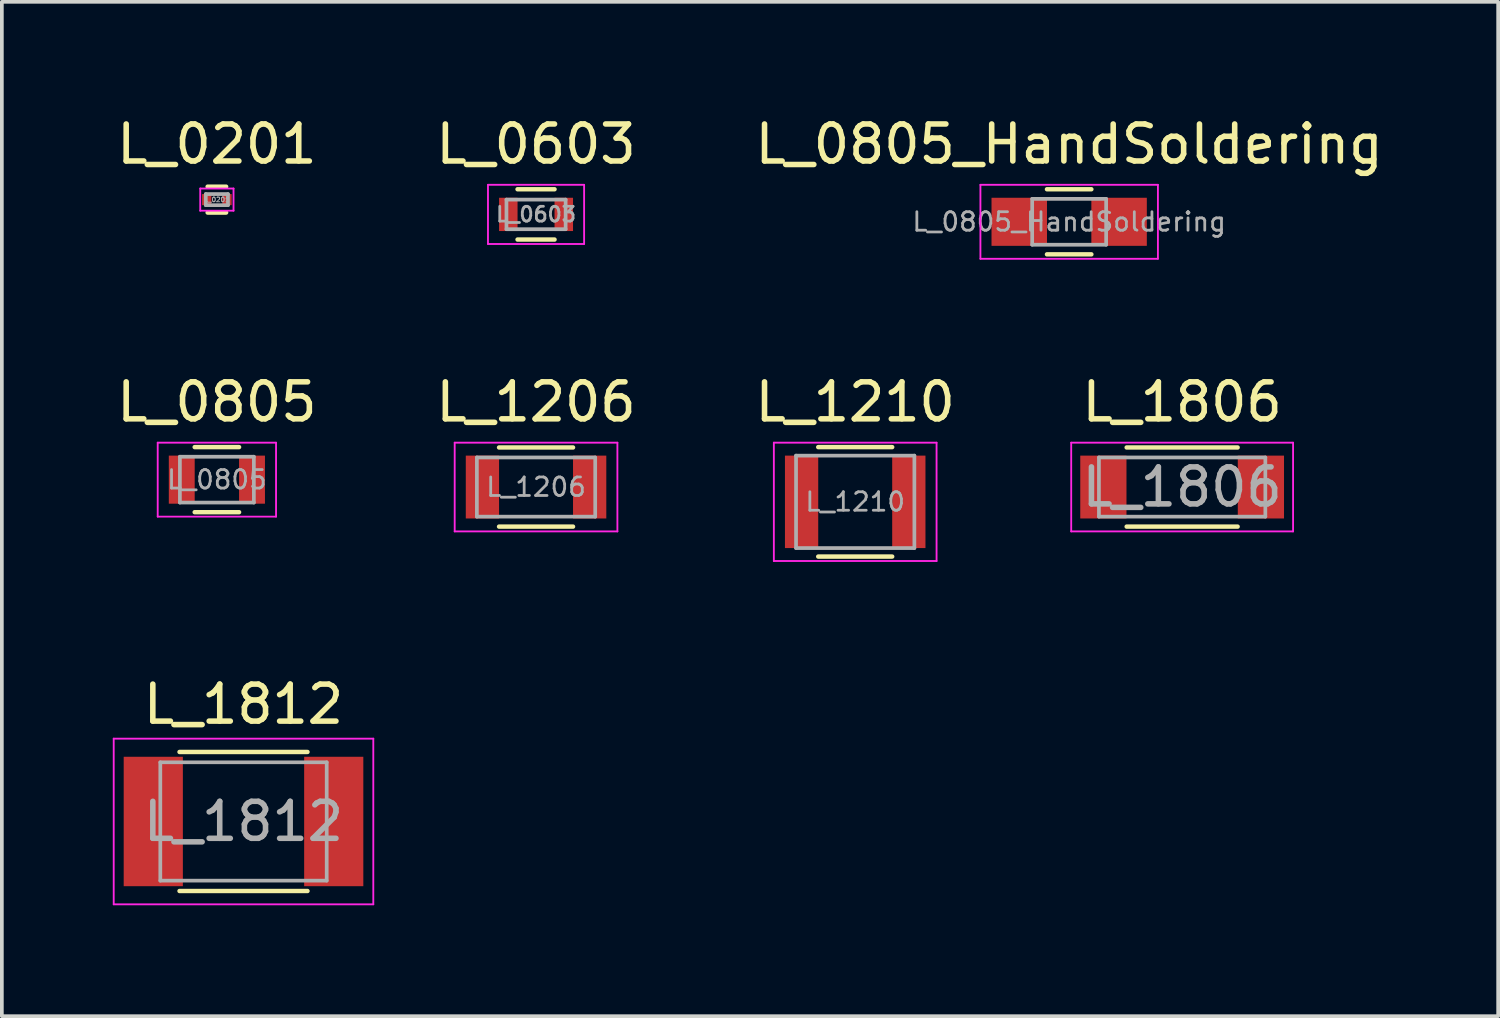
<source format=kicad_pcb>
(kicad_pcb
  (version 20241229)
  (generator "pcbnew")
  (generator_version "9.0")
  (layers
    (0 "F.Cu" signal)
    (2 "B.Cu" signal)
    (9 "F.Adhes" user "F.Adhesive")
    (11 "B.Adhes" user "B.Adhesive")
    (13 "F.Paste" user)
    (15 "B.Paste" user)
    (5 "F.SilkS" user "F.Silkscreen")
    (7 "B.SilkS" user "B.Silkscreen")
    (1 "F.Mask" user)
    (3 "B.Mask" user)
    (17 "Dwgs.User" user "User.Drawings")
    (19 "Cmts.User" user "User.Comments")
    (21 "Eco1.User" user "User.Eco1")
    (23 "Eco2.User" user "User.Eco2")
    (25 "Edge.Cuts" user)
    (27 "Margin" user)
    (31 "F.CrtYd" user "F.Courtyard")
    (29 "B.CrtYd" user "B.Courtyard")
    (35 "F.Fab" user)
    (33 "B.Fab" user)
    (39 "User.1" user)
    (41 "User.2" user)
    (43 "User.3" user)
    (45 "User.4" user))
  (footprint "L_0603"
    (layer "F.Cu")
    (at 11.446 2.748)
    (property "Reference" "L_0603" (at 0 -1.9 0) (layer "F.SilkS") (effects (font (size 1 1) (thickness 0.15))))
    (attr smd)
    (fp_line (start -0.5 -0.68) (end 0.5 -0.68) (stroke (width 0.12) (type solid)) (layer "F.SilkS"))
    (fp_line (start 0.5 0.68) (end -0.5 0.68) (stroke (width 0.12) (type solid)) (layer "F.SilkS"))
    (fp_line (start -1.3 -0.8) (end -1.3 0.8) (stroke (width 0.05) (type solid)) (layer "F.CrtYd"))
    (fp_line (start -1.3 -0.8) (end 1.3 -0.8) (stroke (width 0.05) (type solid)) (layer "F.CrtYd"))
    (fp_line (start -1.3 0.8) (end 1.3 0.8) (stroke (width 0.05) (type solid)) (layer "F.CrtYd"))
    (fp_line (start 1.3 -0.8) (end 1.3 0.8) (stroke (width 0.05) (type solid)) (layer "F.CrtYd"))
    (fp_line (start -0.8 -0.4) (end 0.8 -0.4) (stroke (width 0.1) (type solid)) (layer "F.Fab"))
    (fp_line (start -0.8 0.4) (end -0.8 -0.4) (stroke (width 0.1) (type solid)) (layer "F.Fab"))
    (fp_line (start 0.8 -0.4) (end 0.8 0.4) (stroke (width 0.1) (type solid)) (layer "F.Fab"))
    (fp_line (start 0.8 0.4) (end -0.8 0.4) (stroke (width 0.1) (type solid)) (layer "F.Fab"))
    (fp_text user "${REFERENCE}" (at 0 0 0) (layer "F.Fab") (effects (font (size 0.4 0.4) (thickness 0.075))))
    (pad "1" smd rect (at -0.75 0) (size 0.5 0.9) (layers "F.Cu" "F.Mask" "F.Paste"))
    (pad "2" smd rect (at 0.75 0) (size 0.5 0.9) (layers "F.Cu" "F.Mask" "F.Paste")))
  (footprint "L_1210"
    (layer "F.Cu")
    (at 20.077 10.521)
    (property "Reference" "L_1210" (at 0 -2.7 0) (layer "F.SilkS") (effects (font (size 1 1) (thickness 0.15))))
    (attr smd)
    (fp_line (start -1 -1.48) (end 1 -1.48) (stroke (width 0.12) (type solid)) (layer "F.SilkS"))
    (fp_line (start 1 1.48) (end -1 1.48) (stroke (width 0.12) (type solid)) (layer "F.SilkS"))
    (fp_line (start -2.2 -1.6) (end -2.2 1.6) (stroke (width 0.05) (type solid)) (layer "F.CrtYd"))
    (fp_line (start -2.2 -1.6) (end 2.2 -1.6) (stroke (width 0.05) (type solid)) (layer "F.CrtYd"))
    (fp_line (start -2.2 1.6) (end 2.2 1.6) (stroke (width 0.05) (type solid)) (layer "F.CrtYd"))
    (fp_line (start 2.2 -1.6) (end 2.2 1.6) (stroke (width 0.05) (type solid)) (layer "F.CrtYd"))
    (fp_line (start -1.6 -1.25) (end 1.6 -1.25) (stroke (width 0.1) (type solid)) (layer "F.Fab"))
    (fp_line (start -1.6 1.25) (end -1.6 -1.25) (stroke (width 0.1) (type solid)) (layer "F.Fab"))
    (fp_line (start 1.6 -1.25) (end 1.6 1.25) (stroke (width 0.1) (type solid)) (layer "F.Fab"))
    (fp_line (start 1.6 1.25) (end -1.6 1.25) (stroke (width 0.1) (type solid)) (layer "F.Fab"))
    (fp_text user "${REFERENCE}" (at 0 0 0) (layer "F.Fab") (effects (font (size 0.5 0.5) (thickness 0.075))))
    (pad "1" smd rect (at -1.45 0) (size 0.9 2.5) (layers "F.Cu" "F.Mask" "F.Paste"))
    (pad "2" smd rect (at 1.45 0) (size 0.9 2.5) (layers "F.Cu" "F.Mask" "F.Paste")))
  (footprint "L_0201"
    (layer "F.Cu")
    (at 2.815 2.348)
    (property "Reference" "L_0201" (at 0 -1.5 0) (layer "F.SilkS") (effects (font (size 1 1) (thickness 0.15))))
    (attr smd)
    (fp_line (start -0.25 -0.35) (end 0.25 -0.35) (stroke (width 0.12) (type solid)) (layer "F.SilkS"))
    (fp_line (start -0.25 0.35) (end 0.25 0.35) (stroke (width 0.12) (type solid)) (layer "F.SilkS"))
    (fp_line (start -0.45 -0.3) (end 0.45 -0.3) (stroke (width 0.05) (type solid)) (layer "F.CrtYd"))
    (fp_line (start -0.45 0.3) (end -0.45 -0.3) (stroke (width 0.05) (type solid)) (layer "F.CrtYd"))
    (fp_line (start -0.45 0.3) (end 0.45 0.3) (stroke (width 0.05) (type solid)) (layer "F.CrtYd"))
    (fp_line (start 0.45 0.3) (end 0.45 -0.3) (stroke (width 0.05) (type solid)) (layer "F.CrtYd"))
    (fp_line (start -0.3 -0.15) (end -0.3 0.15) (stroke (width 0.1) (type solid)) (layer "F.Fab"))
    (fp_line (start 0.3 -0.15) (end -0.3 -0.15) (stroke (width 0.1) (type solid)) (layer "F.Fab"))
    (fp_line (start 0.3 -0.15) (end 0.3 0.15) (stroke (width 0.1) (type solid)) (layer "F.Fab"))
    (fp_line (start 0.3 0.15) (end -0.3 0.15) (stroke (width 0.1) (type solid)) (layer "F.Fab"))
    (fp_text user "${REFERENCE}" (at 0 0 0) (layer "F.Fab") (effects (font (size 0.127 0.127) (thickness 0.025))))
    (pad "1" smd rect (at -0.275 0) (size 0.25 0.3) (layers "F.Cu" "F.Mask" "F.Paste"))
    (pad "2" smd rect (at 0.275 0) (size 0.25 0.3) (layers "F.Cu" "F.Mask" "F.Paste")))
  (footprint "L_0805"
    (layer "F.Cu")
    (at 2.815 9.921)
    (property "Reference" "L_0805" (at 0 -2.1 0) (layer "F.SilkS") (effects (font (size 1 1) (thickness 0.15))))
    (attr smd)
    (fp_line (start -0.6 -0.88) (end 0.6 -0.88) (stroke (width 0.12) (type solid)) (layer "F.SilkS"))
    (fp_line (start 0.6 0.88) (end -0.6 0.88) (stroke (width 0.12) (type solid)) (layer "F.SilkS"))
    (fp_line (start -1.6 -1) (end -1.6 1) (stroke (width 0.05) (type solid)) (layer "F.CrtYd"))
    (fp_line (start -1.6 -1) (end 1.6 -1) (stroke (width 0.05) (type solid)) (layer "F.CrtYd"))
    (fp_line (start -1.6 1) (end 1.6 1) (stroke (width 0.05) (type solid)) (layer "F.CrtYd"))
    (fp_line (start 1.6 -1) (end 1.6 1) (stroke (width 0.05) (type solid)) (layer "F.CrtYd"))
    (fp_line (start -1 -0.62) (end 1 -0.62) (stroke (width 0.1) (type solid)) (layer "F.Fab"))
    (fp_line (start -1 0.62) (end -1 -0.62) (stroke (width 0.1) (type solid)) (layer "F.Fab"))
    (fp_line (start 1 -0.62) (end 1 0.62) (stroke (width 0.1) (type solid)) (layer "F.Fab"))
    (fp_line (start 1 0.62) (end -1 0.62) (stroke (width 0.1) (type solid)) (layer "F.Fab"))
    (fp_text user "${REFERENCE}" (at 0 0 0) (layer "F.Fab") (effects (font (size 0.5 0.5) (thickness 0.075))))
    (pad "1" smd rect (at -0.95 0) (size 0.7 1.3) (layers "F.Cu" "F.Mask" "F.Paste"))
    (pad "2" smd rect (at 0.95 0) (size 0.7 1.3) (layers "F.Cu" "F.Mask" "F.Paste")))
  (footprint "L_0805_HandSoldering"
    (layer "F.Cu")
    (at 25.863 2.948)
    (property "Reference" "L_0805_HandSoldering" (at 0 -2.1 0) (layer "F.SilkS") (effects (font (size 1 1) (thickness 0.15))))
    (attr smd)
    (fp_line (start -0.6 -0.88) (end 0.6 -0.88) (stroke (width 0.12) (type solid)) (layer "F.SilkS"))
    (fp_line (start 0.6 0.88) (end -0.6 0.88) (stroke (width 0.12) (type solid)) (layer "F.SilkS"))
    (fp_line (start -2.4 -1) (end -2.4 1) (stroke (width 0.05) (type solid)) (layer "F.CrtYd"))
    (fp_line (start -2.4 -1) (end 2.4 -1) (stroke (width 0.05) (type solid)) (layer "F.CrtYd"))
    (fp_line (start -2.4 1) (end 2.4 1) (stroke (width 0.05) (type solid)) (layer "F.CrtYd"))
    (fp_line (start 2.4 -1) (end 2.4 1) (stroke (width 0.05) (type solid)) (layer "F.CrtYd"))
    (fp_line (start -1 -0.62) (end 1 -0.62) (stroke (width 0.1) (type solid)) (layer "F.Fab"))
    (fp_line (start -1 0.62) (end -1 -0.62) (stroke (width 0.1) (type solid)) (layer "F.Fab"))
    (fp_line (start 1 -0.62) (end 1 0.62) (stroke (width 0.1) (type solid)) (layer "F.Fab"))
    (fp_line (start 1 0.62) (end -1 0.62) (stroke (width 0.1) (type solid)) (layer "F.Fab"))
    (fp_text user "${REFERENCE}" (at 0 0 0) (layer "F.Fab") (effects (font (size 0.5 0.5) (thickness 0.075))))
    (pad "1" smd rect (at -1.35 0) (size 1.5 1.3) (layers "F.Cu" "F.Mask" "F.Paste"))
    (pad "2" smd rect (at 1.35 0) (size 1.5 1.3) (layers "F.Cu" "F.Mask" "F.Paste")))
  (footprint "L_1812"
    (layer "F.Cu")
    (at 3.535 19.165)
    (property "Reference" "L_1812" (at 0 -3.17 0) (layer "F.SilkS") (effects (font (size 1 1) (thickness 0.15))))
    (attr smd)
    (fp_line (start -1.73 -1.88) (end 1.73 -1.88) (stroke (width 0.12) (type solid)) (layer "F.SilkS"))
    (fp_line (start -1.73 1.88) (end 1.73 1.88) (stroke (width 0.12) (type solid)) (layer "F.SilkS"))
    (fp_line (start -3.51 -2.24) (end 3.51 -2.24) (stroke (width 0.05) (type solid)) (layer "F.CrtYd"))
    (fp_line (start -3.51 2.24) (end -3.51 -2.24) (stroke (width 0.05) (type solid)) (layer "F.CrtYd"))
    (fp_line (start 3.51 -2.24) (end 3.51 2.24) (stroke (width 0.05) (type solid)) (layer "F.CrtYd"))
    (fp_line (start 3.51 2.24) (end -3.51 2.24) (stroke (width 0.05) (type solid)) (layer "F.CrtYd"))
    (fp_line (start -2.25 -1.6) (end 2.25 -1.6) (stroke (width 0.1) (type solid)) (layer "F.Fab"))
    (fp_line (start -2.25 1.6) (end -2.25 -1.6) (stroke (width 0.1) (type solid)) (layer "F.Fab"))
    (fp_line (start 2.25 -1.6) (end 2.25 1.6) (stroke (width 0.1) (type solid)) (layer "F.Fab"))
    (fp_line (start 2.25 1.6) (end -2.25 1.6) (stroke (width 0.1) (type solid)) (layer "F.Fab"))
    (fp_text user "${REFERENCE}" (at 0 0 0) (layer "F.Fab") (effects (font (size 1 1) (thickness 0.15))))
    (pad "1" smd rect (at -2.44 0) (size 1.6 3.5) (layers "F.Cu" "F.Mask" "F.Paste"))
    (pad "2" smd rect (at 2.44 0) (size 1.6 3.5) (layers "F.Cu" "F.Mask" "F.Paste")))
  (footprint "L_1206"
    (layer "F.Cu")
    (at 11.446 10.121)
    (property "Reference" "L_1206" (at 0 -2.3 0) (layer "F.SilkS") (effects (font (size 1 1) (thickness 0.15))))
    (attr smd)
    (fp_line (start -1 -1.07) (end 1 -1.07) (stroke (width 0.12) (type solid)) (layer "F.SilkS"))
    (fp_line (start 1 1.07) (end -1 1.07) (stroke (width 0.12) (type solid)) (layer "F.SilkS"))
    (fp_line (start -2.2 -1.2) (end -2.2 1.2) (stroke (width 0.05) (type solid)) (layer "F.CrtYd"))
    (fp_line (start -2.2 -1.2) (end 2.2 -1.2) (stroke (width 0.05) (type solid)) (layer "F.CrtYd"))
    (fp_line (start -2.2 1.2) (end 2.2 1.2) (stroke (width 0.05) (type solid)) (layer "F.CrtYd"))
    (fp_line (start 2.2 -1.2) (end 2.2 1.2) (stroke (width 0.05) (type solid)) (layer "F.CrtYd"))
    (fp_line (start -1.6 -0.8) (end 1.6 -0.8) (stroke (width 0.1) (type solid)) (layer "F.Fab"))
    (fp_line (start -1.6 0.8) (end -1.6 -0.8) (stroke (width 0.1) (type solid)) (layer "F.Fab"))
    (fp_line (start 1.6 -0.8) (end 1.6 0.8) (stroke (width 0.1) (type solid)) (layer "F.Fab"))
    (fp_line (start 1.6 0.8) (end -1.6 0.8) (stroke (width 0.1) (type solid)) (layer "F.Fab"))
    (fp_text user "${REFERENCE}" (at 0 0 0) (layer "F.Fab") (effects (font (size 0.5 0.5) (thickness 0.075))))
    (pad "1" smd rect (at -1.45 0) (size 0.9 1.7) (layers "F.Cu" "F.Mask" "F.Paste"))
    (pad "2" smd rect (at 1.45 0) (size 0.9 1.7) (layers "F.Cu" "F.Mask" "F.Paste")))
  (footprint "L_1806"
    (layer "F.Cu")
    (at 28.918 10.121)
    (property "Reference" "L_1806" (at 0 -2.3 0) (layer "F.SilkS") (effects (font (size 1 1) (thickness 0.15))))
    (attr smd)
    (fp_line (start -1.5 -1.07) (end 1.5 -1.07) (stroke (width 0.12) (type solid)) (layer "F.SilkS"))
    (fp_line (start 1.5 1.07) (end -1.5 1.07) (stroke (width 0.12) (type solid)) (layer "F.SilkS"))
    (fp_line (start -3 -1.2) (end -3 1.2) (stroke (width 0.05) (type solid)) (layer "F.CrtYd"))
    (fp_line (start -3 -1.2) (end 3 -1.2) (stroke (width 0.05) (type solid)) (layer "F.CrtYd"))
    (fp_line (start -3 1.2) (end 3 1.2) (stroke (width 0.05) (type solid)) (layer "F.CrtYd"))
    (fp_line (start 3 -1.2) (end 3 1.2) (stroke (width 0.05) (type solid)) (layer "F.CrtYd"))
    (fp_line (start -2.25 -0.8) (end 2.25 -0.8) (stroke (width 0.1) (type solid)) (layer "F.Fab"))
    (fp_line (start -2.25 0.8) (end -2.25 -0.8) (stroke (width 0.1) (type solid)) (layer "F.Fab"))
    (fp_line (start 2.25 -0.8) (end 2.25 0.8) (stroke (width 0.1) (type solid)) (layer "F.Fab"))
    (fp_line (start 2.25 0.8) (end -2.25 0.8) (stroke (width 0.1) (type solid)) (layer "F.Fab"))
    (fp_text user "${REFERENCE}" (at 0 0 0) (layer "F.Fab") (effects (font (size 1 1) (thickness 0.15))))
    (pad "1" smd rect (at -2.13 0) (size 1.25 1.7) (layers "F.Cu" "F.Mask" "F.Paste"))
    (pad "2" smd rect (at 2.13 0) (size 1.25 1.7) (layers "F.Cu" "F.Mask" "F.Paste")))
  (gr_rect
    (start -3 -3)
    (end 37.464 24.43)
    (stroke (width 0.1) (type default))
    (fill no)
    (layer "Edge.Cuts")))
</source>
